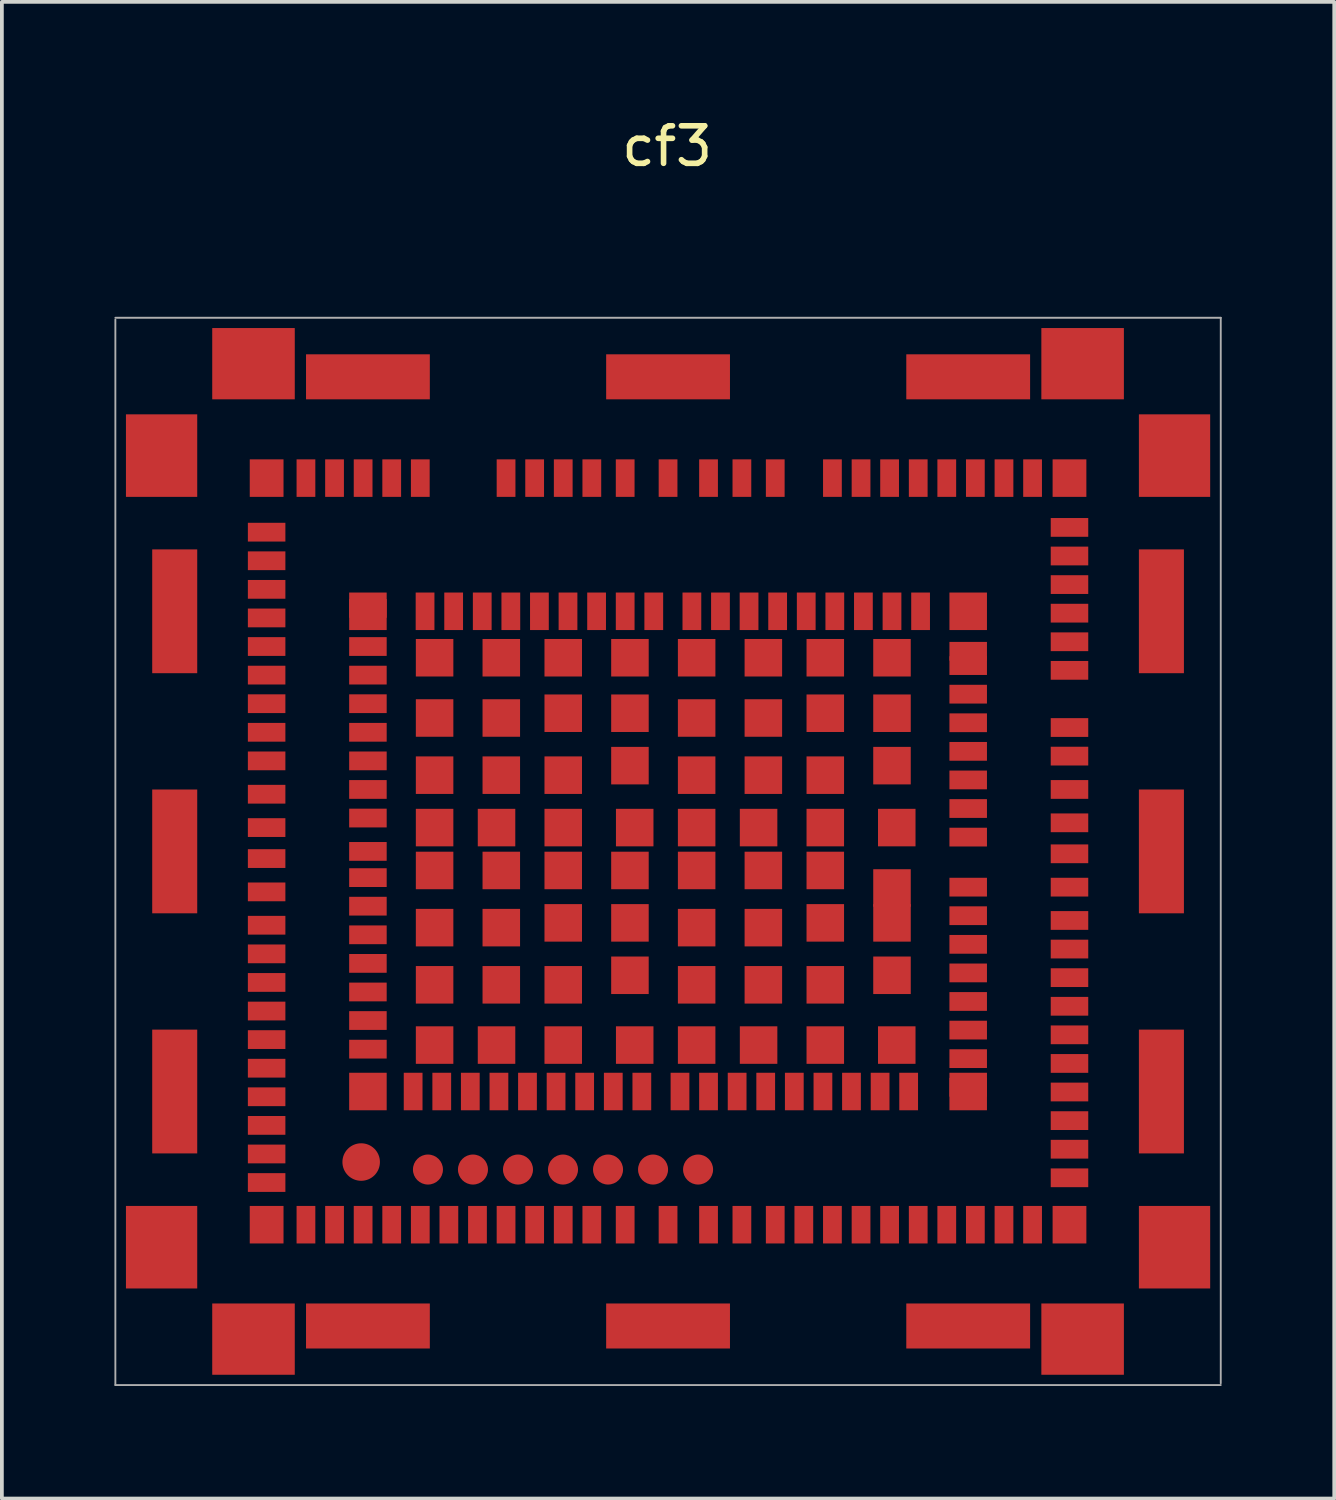
<source format=kicad_pcb>
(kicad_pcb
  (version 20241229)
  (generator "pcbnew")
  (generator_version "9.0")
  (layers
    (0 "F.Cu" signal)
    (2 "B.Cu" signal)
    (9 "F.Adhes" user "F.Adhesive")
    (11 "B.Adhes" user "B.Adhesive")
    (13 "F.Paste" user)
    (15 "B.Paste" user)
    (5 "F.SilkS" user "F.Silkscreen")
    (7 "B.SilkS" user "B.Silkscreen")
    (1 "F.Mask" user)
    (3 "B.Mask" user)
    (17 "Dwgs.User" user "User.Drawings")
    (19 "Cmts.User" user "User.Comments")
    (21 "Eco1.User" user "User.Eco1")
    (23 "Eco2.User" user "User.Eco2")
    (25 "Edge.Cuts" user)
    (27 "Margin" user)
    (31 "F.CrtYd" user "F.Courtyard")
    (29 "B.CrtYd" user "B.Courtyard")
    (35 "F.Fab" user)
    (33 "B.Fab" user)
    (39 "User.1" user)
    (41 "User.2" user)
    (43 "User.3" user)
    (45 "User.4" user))
  (footprint "cf3"
    (layer "F.Cu")
    (at 14.757 19.644)
    (property "Reference" "cf3" (at -0.025 -18.796 0) (layer "F.SilkS") (effects (font (size 1 1) (thickness 0.15))))
    (attr through_hole)
    (fp_line (start -14.732 -14.224) (end 14.732 -14.224) (stroke (width 0.05) (type solid)) (layer "F.Fab"))
    (fp_line (start -14.732 14.224) (end -14.732 -14.176) (stroke (width 0.05) (type solid)) (layer "F.Fab"))
    (fp_line (start 14.732 -14.224) (end 14.732 14.176) (stroke (width 0.05) (type solid)) (layer "F.Fab"))
    (fp_line (start 14.732 14.224) (end -14.732 14.224) (stroke (width 0.05) (type solid)) (layer "F.Fab"))
    (pad "" smd rect (at -13.5 -10.55) (size 1.9 2.2) (layers "F.Cu" "F.Mask" "F.Paste"))
    (pad "" smd rect (at -13.5 10.55) (size 1.9 2.2) (layers "F.Cu" "F.Mask" "F.Paste"))
    (pad "" smd rect (at -13.15 -6.4) (size 1.2 3.3) (layers "F.Cu" "F.Mask" "F.Paste"))
    (pad "" smd rect (at -13.15 0) (size 1.2 3.3) (layers "F.Cu" "F.Mask" "F.Paste"))
    (pad "" smd rect (at -13.15 6.4) (size 1.2 3.3) (layers "F.Cu" "F.Mask" "F.Paste"))
    (pad "" smd rect (at -11.05 -13) (size 2.2 1.9) (layers "F.Cu" "F.Mask" "F.Paste"))
    (pad "" smd rect (at -11.05 13) (size 2.2 1.9) (layers "F.Cu" "F.Mask" "F.Paste"))
    (pad "" smd rect (at -10.7 -9.95) (size 0.9 1) (layers "F.Cu" "F.Mask" "F.Paste"))
    (pad "" smd rect (at -10.7 -8.509 270) (size 0.5 1) (layers "F.Cu" "F.Mask" "F.Paste"))
    (pad "" smd rect (at -10.7 -7.747 270) (size 0.5 1) (layers "F.Cu" "F.Mask" "F.Paste"))
    (pad "" smd rect (at -10.7 -6.985 270) (size 0.5 1) (layers "F.Cu" "F.Mask" "F.Paste"))
    (pad "" smd rect (at -10.7 -6.223 270) (size 0.5 1) (layers "F.Cu" "F.Mask" "F.Paste"))
    (pad "" smd rect (at -10.7 -5.461 270) (size 0.5 1) (layers "F.Cu" "F.Mask" "F.Paste"))
    (pad "" smd rect (at -10.7 -4.699 270) (size 0.5 1) (layers "F.Cu" "F.Mask" "F.Paste"))
    (pad "" smd rect (at -10.7 -3.937 270) (size 0.5 1) (layers "F.Cu" "F.Mask" "F.Paste"))
    (pad "" smd rect (at -10.7 -3.175 270) (size 0.5 1) (layers "F.Cu" "F.Mask" "F.Paste"))
    (pad "" smd rect (at -10.7 -2.413 270) (size 0.5 1) (layers "F.Cu" "F.Mask" "F.Paste"))
    (pad "" smd rect (at -10.7 -1.524 270) (size 0.5 1) (layers "F.Cu" "F.Mask" "F.Paste"))
    (pad "" smd rect (at -10.7 -0.635 270) (size 0.5 1) (layers "F.Cu" "F.Mask" "F.Paste"))
    (pad "" smd rect (at -10.7 0.191 90) (size 0.5 1) (layers "F.Cu" "F.Mask" "F.Paste"))
    (pad "" smd rect (at -10.7 1.079 90) (size 0.5 1) (layers "F.Cu" "F.Mask" "F.Paste"))
    (pad "" smd rect (at -10.7 1.968 90) (size 0.5 1) (layers "F.Cu" "F.Mask" "F.Paste"))
    (pad "" smd rect (at -10.7 2.731 90) (size 0.5 1) (layers "F.Cu" "F.Mask" "F.Paste"))
    (pad "" smd rect (at -10.7 3.493 90) (size 0.5 1) (layers "F.Cu" "F.Mask" "F.Paste"))
    (pad "" smd rect (at -10.7 4.255 90) (size 0.5 1) (layers "F.Cu" "F.Mask" "F.Paste"))
    (pad "" smd rect (at -10.7 5.016 90) (size 0.5 1) (layers "F.Cu" "F.Mask" "F.Paste"))
    (pad "" smd rect (at -10.7 5.779 90) (size 0.5 1) (layers "F.Cu" "F.Mask" "F.Paste"))
    (pad "" smd rect (at -10.7 6.54 90) (size 0.5 1) (layers "F.Cu" "F.Mask" "F.Paste"))
    (pad "" smd rect (at -10.7 7.303 90) (size 0.5 1) (layers "F.Cu" "F.Mask" "F.Paste"))
    (pad "" smd rect (at -10.7 8.065 90) (size 0.5 1) (layers "F.Cu" "F.Mask" "F.Paste"))
    (pad "" smd rect (at -10.7 8.826 90) (size 0.5 1) (layers "F.Cu" "F.Mask" "F.Paste"))
    (pad "" smd rect (at -10.7 9.95) (size 0.9 1) (layers "F.Cu" "F.Mask" "F.Paste"))
    (pad "" smd rect (at -9.652 -9.95) (size 0.5 1) (layers "F.Cu" "F.Mask" "F.Paste"))
    (pad "" smd rect (at -9.652 9.95) (size 0.5 1) (layers "F.Cu" "F.Mask" "F.Paste"))
    (pad "" smd rect (at -8.89 -9.95) (size 0.5 1) (layers "F.Cu" "F.Mask" "F.Paste"))
    (pad "" smd rect (at -8.89 9.95) (size 0.5 1) (layers "F.Cu" "F.Mask" "F.Paste"))
    (pad "" smd circle (at -8.18 8.28 180) (size 1 1) (layers "F.Cu" "F.Mask" "F.Paste"))
    (pad "" smd rect (at -8.128 -9.95) (size 0.5 1) (layers "F.Cu" "F.Mask" "F.Paste"))
    (pad "" smd rect (at -8.128 9.95) (size 0.5 1) (layers "F.Cu" "F.Mask" "F.Paste"))
    (pad "" smd rect (at -8 -12.65 90) (size 1.2 3.3) (layers "F.Cu" "F.Mask" "F.Paste"))
    (pad "" smd rect (at -8 -6.477 270) (size 0.5 1) (layers "F.Cu" "F.Mask" "F.Paste"))
    (pad "" smd rect (at -8 -6.4) (size 1 1) (layers "F.Cu" "F.Mask" "F.Paste"))
    (pad "" smd rect (at -8 -5.461 90) (size 0.5 1) (layers "F.Cu" "F.Mask" "F.Paste"))
    (pad "" smd rect (at -8 -4.699 90) (size 0.5 1) (layers "F.Cu" "F.Mask" "F.Paste"))
    (pad "" smd rect (at -8 -3.937 90) (size 0.5 1) (layers "F.Cu" "F.Mask" "F.Paste"))
    (pad "" smd rect (at -8 -3.175 90) (size 0.5 1) (layers "F.Cu" "F.Mask" "F.Paste"))
    (pad "" smd rect (at -8 -2.413 90) (size 0.5 1) (layers "F.Cu" "F.Mask" "F.Paste"))
    (pad "" smd rect (at -8 -1.651 90) (size 0.5 1) (layers "F.Cu" "F.Mask" "F.Paste"))
    (pad "" smd rect (at -8 -0.889 90) (size 0.5 1) (layers "F.Cu" "F.Mask" "F.Paste"))
    (pad "" smd rect (at -8 0 90) (size 0.5 1) (layers "F.Cu" "F.Mask" "F.Paste"))
    (pad "" smd rect (at -8 0.699 90) (size 0.5 1) (layers "F.Cu" "F.Mask" "F.Paste"))
    (pad "" smd rect (at -8 1.46 90) (size 0.5 1) (layers "F.Cu" "F.Mask" "F.Paste"))
    (pad "" smd rect (at -8 2.223 90) (size 0.5 1) (layers "F.Cu" "F.Mask" "F.Paste"))
    (pad "" smd rect (at -8 2.985 90) (size 0.5 1) (layers "F.Cu" "F.Mask" "F.Paste"))
    (pad "" smd rect (at -8 3.747 90) (size 0.5 1) (layers "F.Cu" "F.Mask" "F.Paste"))
    (pad "" smd rect (at -8 4.508 90) (size 0.5 1) (layers "F.Cu" "F.Mask" "F.Paste"))
    (pad "" smd rect (at -8 5.271 90) (size 0.5 1) (layers "F.Cu" "F.Mask" "F.Paste"))
    (pad "" smd rect (at -8 6.4 90) (size 1 1) (layers "F.Cu" "F.Mask" "F.Paste"))
    (pad "" smd rect (at -8 12.65 90) (size 1.2 3.3) (layers "F.Cu" "F.Mask" "F.Paste"))
    (pad "" smd rect (at -7.366 -9.95) (size 0.5 1) (layers "F.Cu" "F.Mask" "F.Paste"))
    (pad "" smd rect (at -7.366 9.95) (size 0.5 1) (layers "F.Cu" "F.Mask" "F.Paste"))
    (pad "" smd rect (at -6.795 6.4 180) (size 0.5 1) (layers "F.Cu" "F.Mask" "F.Paste"))
    (pad "" smd rect (at -6.604 -9.95) (size 0.5 1) (layers "F.Cu" "F.Mask" "F.Paste"))
    (pad "" smd rect (at -6.604 9.95) (size 0.5 1) (layers "F.Cu" "F.Mask" "F.Paste"))
    (pad "" smd rect (at -6.477 -6.4) (size 0.5 1) (layers "F.Cu" "F.Mask" "F.Paste"))
    (pad "" smd circle (at -6.4 8.48 180) (size 0.8 0.8) (layers "F.Cu" "F.Mask" "F.Paste"))
    (pad "" smd rect (at -6.223 -5.162) (size 1 1) (layers "F.Cu" "F.Mask" "F.Paste"))
    (pad "" smd rect (at -6.223 -3.556) (size 1 1) (layers "F.Cu" "F.Mask" "F.Paste"))
    (pad "" smd rect (at -6.223 -2.032) (size 1 1) (layers "F.Cu" "F.Mask" "F.Paste"))
    (pad "" smd rect (at -6.223 -0.635) (size 1 1) (layers "F.Cu" "F.Mask" "F.Paste"))
    (pad "" smd rect (at -6.223 0.508) (size 1 1) (layers "F.Cu" "F.Mask" "F.Paste"))
    (pad "" smd rect (at -6.223 2.032) (size 1 1) (layers "F.Cu" "F.Mask" "F.Paste"))
    (pad "" smd rect (at -6.223 3.556) (size 1 1) (layers "F.Cu" "F.Mask" "F.Paste"))
    (pad "" smd rect (at -6.223 5.162) (size 1 1) (layers "F.Cu" "F.Mask" "F.Paste"))
    (pad "" smd rect (at -6.032 6.4 180) (size 0.5 1) (layers "F.Cu" "F.Mask" "F.Paste"))
    (pad "" smd rect (at -5.842 9.95) (size 0.5 1) (layers "F.Cu" "F.Mask" "F.Paste"))
    (pad "" smd rect (at -5.715 -6.4) (size 0.5 1) (layers "F.Cu" "F.Mask" "F.Paste"))
    (pad "" smd rect (at -5.271 6.4 180) (size 0.5 1) (layers "F.Cu" "F.Mask" "F.Paste"))
    (pad "" smd circle (at -5.2 8.48 180) (size 0.8 0.8) (layers "F.Cu" "F.Mask" "F.Paste"))
    (pad "" smd rect (at -5.08 9.95) (size 0.5 1) (layers "F.Cu" "F.Mask" "F.Paste"))
    (pad "" smd rect (at -4.953 -6.4) (size 0.5 1) (layers "F.Cu" "F.Mask" "F.Paste"))
    (pad "" smd rect (at -4.572 -0.635) (size 1 1) (layers "F.Cu" "F.Mask" "F.Paste"))
    (pad "" smd rect (at -4.572 5.162) (size 1 1) (layers "F.Cu" "F.Mask" "F.Paste"))
    (pad "" smd rect (at -4.508 6.4 180) (size 0.5 1) (layers "F.Cu" "F.Mask" "F.Paste"))
    (pad "" smd rect (at -4.445 -5.162) (size 1 1) (layers "F.Cu" "F.Mask" "F.Paste"))
    (pad "" smd rect (at -4.445 -3.556) (size 1 1) (layers "F.Cu" "F.Mask" "F.Paste"))
    (pad "" smd rect (at -4.445 -2.032) (size 1 1) (layers "F.Cu" "F.Mask" "F.Paste"))
    (pad "" smd rect (at -4.445 0.508) (size 1 1) (layers "F.Cu" "F.Mask" "F.Paste"))
    (pad "" smd rect (at -4.445 2.032) (size 1 1) (layers "F.Cu" "F.Mask" "F.Paste"))
    (pad "" smd rect (at -4.445 3.556) (size 1 1) (layers "F.Cu" "F.Mask" "F.Paste"))
    (pad "" smd rect (at -4.318 -9.95) (size 0.5 1) (layers "F.Cu" "F.Mask" "F.Paste"))
    (pad "" smd rect (at -4.318 9.95) (size 0.5 1) (layers "F.Cu" "F.Mask" "F.Paste"))
    (pad "" smd rect (at -4.191 -6.4) (size 0.5 1) (layers "F.Cu" "F.Mask" "F.Paste"))
    (pad "" smd circle (at -4 8.48 180) (size 0.8 0.8) (layers "F.Cu" "F.Mask" "F.Paste"))
    (pad "" smd rect (at -3.747 6.4 180) (size 0.5 1) (layers "F.Cu" "F.Mask" "F.Paste"))
    (pad "" smd rect (at -3.556 -9.95) (size 0.5 1) (layers "F.Cu" "F.Mask" "F.Paste"))
    (pad "" smd rect (at -3.556 9.95) (size 0.5 1) (layers "F.Cu" "F.Mask" "F.Paste"))
    (pad "" smd rect (at -3.429 -6.4) (size 0.5 1) (layers "F.Cu" "F.Mask" "F.Paste"))
    (pad "" smd rect (at -2.985 6.4 180) (size 0.5 1) (layers "F.Cu" "F.Mask" "F.Paste"))
    (pad "" smd circle (at -2.8 8.48 180) (size 0.8 0.8) (layers "F.Cu" "F.Mask" "F.Paste"))
    (pad "" smd rect (at -2.794 -9.95) (size 0.5 1) (layers "F.Cu" "F.Mask" "F.Paste"))
    (pad "" smd rect (at -2.794 -5.162) (size 1 1) (layers "F.Cu" "F.Mask" "F.Paste"))
    (pad "" smd rect (at -2.794 -3.683) (size 1 1) (layers "F.Cu" "F.Mask" "F.Paste"))
    (pad "" smd rect (at -2.794 -2.032) (size 1 1) (layers "F.Cu" "F.Mask" "F.Paste"))
    (pad "" smd rect (at -2.794 -0.635) (size 1 1) (layers "F.Cu" "F.Mask" "F.Paste"))
    (pad "" smd rect (at -2.794 0.508) (size 1 1) (layers "F.Cu" "F.Mask" "F.Paste"))
    (pad "" smd rect (at -2.794 1.905) (size 1 1) (layers "F.Cu" "F.Mask" "F.Paste"))
    (pad "" smd rect (at -2.794 3.556) (size 1 1) (layers "F.Cu" "F.Mask" "F.Paste"))
    (pad "" smd rect (at -2.794 5.162) (size 1 1) (layers "F.Cu" "F.Mask" "F.Paste"))
    (pad "" smd rect (at -2.794 9.95) (size 0.5 1) (layers "F.Cu" "F.Mask" "F.Paste"))
    (pad "" smd rect (at -2.667 -6.4) (size 0.5 1) (layers "F.Cu" "F.Mask" "F.Paste"))
    (pad "" smd rect (at -2.223 6.4 180) (size 0.5 1) (layers "F.Cu" "F.Mask" "F.Paste"))
    (pad "" smd rect (at -2.032 -9.95) (size 0.5 1) (layers "F.Cu" "F.Mask" "F.Paste"))
    (pad "" smd rect (at -2.032 9.95) (size 0.5 1) (layers "F.Cu" "F.Mask" "F.Paste"))
    (pad "" smd rect (at -1.905 -6.4) (size 0.5 1) (layers "F.Cu" "F.Mask" "F.Paste"))
    (pad "" smd circle (at -1.6 8.48 180) (size 0.8 0.8) (layers "F.Cu" "F.Mask" "F.Paste"))
    (pad "" smd rect (at -1.46 6.4 180) (size 0.5 1) (layers "F.Cu" "F.Mask" "F.Paste"))
    (pad "" smd rect (at -1.143 -9.95) (size 0.5 1) (layers "F.Cu" "F.Mask" "F.Paste"))
    (pad "" smd rect (at -1.143 -6.4) (size 0.5 1) (layers "F.Cu" "F.Mask" "F.Paste"))
    (pad "" smd rect (at -1.143 9.95) (size 0.5 1) (layers "F.Cu" "F.Mask" "F.Paste"))
    (pad "" smd rect (at -1.016 -5.162) (size 1 1) (layers "F.Cu" "F.Mask" "F.Paste"))
    (pad "" smd rect (at -1.016 -3.683) (size 1 1) (layers "F.Cu" "F.Mask" "F.Paste"))
    (pad "" smd rect (at -1.016 -2.286) (size 1 1) (layers "F.Cu" "F.Mask" "F.Paste"))
    (pad "" smd rect (at -1.016 0.508) (size 1 1) (layers "F.Cu" "F.Mask" "F.Paste"))
    (pad "" smd rect (at -1.016 1.905) (size 1 1) (layers "F.Cu" "F.Mask" "F.Paste"))
    (pad "" smd rect (at -1.016 3.302) (size 1 1) (layers "F.Cu" "F.Mask" "F.Paste"))
    (pad "" smd rect (at -0.889 -0.635) (size 1 1) (layers "F.Cu" "F.Mask" "F.Paste"))
    (pad "" smd rect (at -0.889 5.162) (size 1 1) (layers "F.Cu" "F.Mask" "F.Paste"))
    (pad "" smd rect (at -0.699 6.4 180) (size 0.5 1) (layers "F.Cu" "F.Mask" "F.Paste"))
    (pad "" smd circle (at -0.4 8.48 180) (size 0.8 0.8) (layers "F.Cu" "F.Mask" "F.Paste"))
    (pad "" smd rect (at -0.381 -6.4) (size 0.5 1) (layers "F.Cu" "F.Mask" "F.Paste"))
    (pad "" smd rect (at 0 -12.65 90) (size 1.2 3.3) (layers "F.Cu" "F.Mask" "F.Paste"))
    (pad "" smd rect (at 0 -9.95) (size 0.5 1) (layers "F.Cu" "F.Mask" "F.Paste"))
    (pad "" smd rect (at 0 9.95) (size 0.5 1) (layers "F.Cu" "F.Mask" "F.Paste"))
    (pad "" smd rect (at 0 12.65 90) (size 1.2 3.3) (layers "F.Cu" "F.Mask" "F.Paste"))
    (pad "" smd rect (at 0.318 6.4 180) (size 0.5 1) (layers "F.Cu" "F.Mask" "F.Paste"))
    (pad "" smd rect (at 0.635 -6.4) (size 0.5 1) (layers "F.Cu" "F.Mask" "F.Paste"))
    (pad "" smd rect (at 0.762 -5.162) (size 1 1) (layers "F.Cu" "F.Mask" "F.Paste"))
    (pad "" smd rect (at 0.762 -3.556) (size 1 1) (layers "F.Cu" "F.Mask" "F.Paste"))
    (pad "" smd rect (at 0.762 -2.032) (size 1 1) (layers "F.Cu" "F.Mask" "F.Paste"))
    (pad "" smd rect (at 0.762 -0.635) (size 1 1) (layers "F.Cu" "F.Mask" "F.Paste"))
    (pad "" smd rect (at 0.762 0.508) (size 1 1) (layers "F.Cu" "F.Mask" "F.Paste"))
    (pad "" smd rect (at 0.762 2.032) (size 1 1) (layers "F.Cu" "F.Mask" "F.Paste"))
    (pad "" smd rect (at 0.762 3.556) (size 1 1) (layers "F.Cu" "F.Mask" "F.Paste"))
    (pad "" smd rect (at 0.762 5.162) (size 1 1) (layers "F.Cu" "F.Mask" "F.Paste"))
    (pad "" smd circle (at 0.8 8.48 180) (size 0.8 0.8) (layers "F.Cu" "F.Mask" "F.Paste"))
    (pad "" smd rect (at 1.079 -9.95 180) (size 0.5 1) (layers "F.Cu" "F.Mask" "F.Paste"))
    (pad "" smd rect (at 1.079 6.4 180) (size 0.5 1) (layers "F.Cu" "F.Mask" "F.Paste"))
    (pad "" smd rect (at 1.079 9.95 180) (size 0.5 1) (layers "F.Cu" "F.Mask" "F.Paste"))
    (pad "" smd rect (at 1.397 -6.4) (size 0.5 1) (layers "F.Cu" "F.Mask" "F.Paste"))
    (pad "" smd rect (at 1.841 6.4 180) (size 0.5 1) (layers "F.Cu" "F.Mask" "F.Paste"))
    (pad "" smd rect (at 1.968 -9.95 180) (size 0.5 1) (layers "F.Cu" "F.Mask" "F.Paste"))
    (pad "" smd rect (at 1.968 9.95 180) (size 0.5 1) (layers "F.Cu" "F.Mask" "F.Paste"))
    (pad "" smd rect (at 2.159 -6.4) (size 0.5 1) (layers "F.Cu" "F.Mask" "F.Paste"))
    (pad "" smd rect (at 2.413 -0.635) (size 1 1) (layers "F.Cu" "F.Mask" "F.Paste"))
    (pad "" smd rect (at 2.413 5.162) (size 1 1) (layers "F.Cu" "F.Mask" "F.Paste"))
    (pad "" smd rect (at 2.54 -5.162) (size 1 1) (layers "F.Cu" "F.Mask" "F.Paste"))
    (pad "" smd rect (at 2.54 -3.556) (size 1 1) (layers "F.Cu" "F.Mask" "F.Paste"))
    (pad "" smd rect (at 2.54 -2.032) (size 1 1) (layers "F.Cu" "F.Mask" "F.Paste"))
    (pad "" smd rect (at 2.54 0.508) (size 1 1) (layers "F.Cu" "F.Mask" "F.Paste"))
    (pad "" smd rect (at 2.54 2.032) (size 1 1) (layers "F.Cu" "F.Mask" "F.Paste"))
    (pad "" smd rect (at 2.54 3.556) (size 1 1) (layers "F.Cu" "F.Mask" "F.Paste"))
    (pad "" smd rect (at 2.603 6.4 180) (size 0.5 1) (layers "F.Cu" "F.Mask" "F.Paste"))
    (pad "" smd rect (at 2.857 -9.95 180) (size 0.5 1) (layers "F.Cu" "F.Mask" "F.Paste"))
    (pad "" smd rect (at 2.857 9.95 180) (size 0.5 1) (layers "F.Cu" "F.Mask" "F.Paste"))
    (pad "" smd rect (at 2.921 -6.4) (size 0.5 1) (layers "F.Cu" "F.Mask" "F.Paste"))
    (pad "" smd rect (at 3.365 6.4 180) (size 0.5 1) (layers "F.Cu" "F.Mask" "F.Paste"))
    (pad "" smd rect (at 3.619 9.95 180) (size 0.5 1) (layers "F.Cu" "F.Mask" "F.Paste"))
    (pad "" smd rect (at 3.683 -6.4) (size 0.5 1) (layers "F.Cu" "F.Mask" "F.Paste"))
    (pad "" smd rect (at 4.128 6.4 180) (size 0.5 1) (layers "F.Cu" "F.Mask" "F.Paste"))
    (pad "" smd rect (at 4.191 -5.162) (size 1 1) (layers "F.Cu" "F.Mask" "F.Paste"))
    (pad "" smd rect (at 4.191 -3.683) (size 1 1) (layers "F.Cu" "F.Mask" "F.Paste"))
    (pad "" smd rect (at 4.191 -2.032) (size 1 1) (layers "F.Cu" "F.Mask" "F.Paste"))
    (pad "" smd rect (at 4.191 -0.635) (size 1 1) (layers "F.Cu" "F.Mask" "F.Paste"))
    (pad "" smd rect (at 4.191 0.508) (size 1 1) (layers "F.Cu" "F.Mask" "F.Paste"))
    (pad "" smd rect (at 4.191 1.905) (size 1 1) (layers "F.Cu" "F.Mask" "F.Paste"))
    (pad "" smd rect (at 4.191 3.556) (size 1 1) (layers "F.Cu" "F.Mask" "F.Paste"))
    (pad "" smd rect (at 4.191 5.162) (size 1 1) (layers "F.Cu" "F.Mask" "F.Paste"))
    (pad "" smd rect (at 4.381 -9.95 180) (size 0.5 1) (layers "F.Cu" "F.Mask" "F.Paste"))
    (pad "" smd rect (at 4.381 9.95 180) (size 0.5 1) (layers "F.Cu" "F.Mask" "F.Paste"))
    (pad "" smd rect (at 4.445 -6.4) (size 0.5 1) (layers "F.Cu" "F.Mask" "F.Paste"))
    (pad "" smd rect (at 4.889 6.4 180) (size 0.5 1) (layers "F.Cu" "F.Mask" "F.Paste"))
    (pad "" smd rect (at 5.144 -9.95 180) (size 0.5 1) (layers "F.Cu" "F.Mask" "F.Paste"))
    (pad "" smd rect (at 5.144 9.95 180) (size 0.5 1) (layers "F.Cu" "F.Mask" "F.Paste"))
    (pad "" smd rect (at 5.207 -6.4) (size 0.5 1) (layers "F.Cu" "F.Mask" "F.Paste"))
    (pad "" smd rect (at 5.652 6.4 180) (size 0.5 1) (layers "F.Cu" "F.Mask" "F.Paste"))
    (pad "" smd rect (at 5.905 -9.95 180) (size 0.5 1) (layers "F.Cu" "F.Mask" "F.Paste"))
    (pad "" smd rect (at 5.905 9.95 180) (size 0.5 1) (layers "F.Cu" "F.Mask" "F.Paste"))
    (pad "" smd rect (at 5.969 -6.4) (size 0.5 1) (layers "F.Cu" "F.Mask" "F.Paste"))
    (pad "" smd rect (at 5.969 -5.162) (size 1 1) (layers "F.Cu" "F.Mask" "F.Paste"))
    (pad "" smd rect (at 5.969 -3.683) (size 1 1) (layers "F.Cu" "F.Mask" "F.Paste"))
    (pad "" smd rect (at 5.969 -2.286) (size 1 1) (layers "F.Cu" "F.Mask" "F.Paste"))
    (pad "" smd rect (at 5.969 0.975) (size 1 1) (layers "F.Cu" "F.Mask" "F.Paste"))
    (pad "" smd rect (at 5.969 1.905) (size 1 1) (layers "F.Cu" "F.Mask" "F.Paste"))
    (pad "" smd rect (at 5.969 3.302) (size 1 1) (layers "F.Cu" "F.Mask" "F.Paste"))
    (pad "" smd rect (at 6.096 -0.635) (size 1 1) (layers "F.Cu" "F.Mask" "F.Paste"))
    (pad "" smd rect (at 6.096 5.162) (size 1 1) (layers "F.Cu" "F.Mask" "F.Paste"))
    (pad "" smd rect (at 6.413 6.4 180) (size 0.5 1) (layers "F.Cu" "F.Mask" "F.Paste"))
    (pad "" smd rect (at 6.668 -9.95 180) (size 0.5 1) (layers "F.Cu" "F.Mask" "F.Paste"))
    (pad "" smd rect (at 6.668 9.95 180) (size 0.5 1) (layers "F.Cu" "F.Mask" "F.Paste"))
    (pad "" smd rect (at 6.731 -6.4) (size 0.5 1) (layers "F.Cu" "F.Mask" "F.Paste"))
    (pad "" smd rect (at 7.429 -9.95 180) (size 0.5 1) (layers "F.Cu" "F.Mask" "F.Paste"))
    (pad "" smd rect (at 7.429 9.95 180) (size 0.5 1) (layers "F.Cu" "F.Mask" "F.Paste"))
    (pad "" smd rect (at 8 -12.65 90) (size 1.2 3.3) (layers "F.Cu" "F.Mask" "F.Paste"))
    (pad "" smd rect (at 8 -6.4 270) (size 1 1) (layers "F.Cu" "F.Mask" "F.Paste"))
    (pad "" smd rect (at 8 -5.334 270) (size 0.5 1) (layers "F.Cu" "F.Mask" "F.Paste"))
    (pad "" smd rect (at 8 -4.953 270) (size 0.5 1) (layers "F.Cu" "F.Mask" "F.Paste"))
    (pad "" smd rect (at 8 -4.191 270) (size 0.5 1) (layers "F.Cu" "F.Mask" "F.Paste"))
    (pad "" smd rect (at 8 -3.429 270) (size 0.5 1) (layers "F.Cu" "F.Mask" "F.Paste"))
    (pad "" smd rect (at 8 -2.667 270) (size 0.5 1) (layers "F.Cu" "F.Mask" "F.Paste"))
    (pad "" smd rect (at 8 -1.905 270) (size 0.5 1) (layers "F.Cu" "F.Mask" "F.Paste"))
    (pad "" smd rect (at 8 -1.143 270) (size 0.5 1) (layers "F.Cu" "F.Mask" "F.Paste"))
    (pad "" smd rect (at 8 -0.381 270) (size 0.5 1) (layers "F.Cu" "F.Mask" "F.Paste"))
    (pad "" smd rect (at 8 0.953 270) (size 0.5 1) (layers "F.Cu" "F.Mask" "F.Paste"))
    (pad "" smd rect (at 8 1.714 270) (size 0.5 1) (layers "F.Cu" "F.Mask" "F.Paste"))
    (pad "" smd rect (at 8 2.477 270) (size 0.5 1) (layers "F.Cu" "F.Mask" "F.Paste"))
    (pad "" smd rect (at 8 3.239 270) (size 0.5 1) (layers "F.Cu" "F.Mask" "F.Paste"))
    (pad "" smd rect (at 8 4 270) (size 0.5 1) (layers "F.Cu" "F.Mask" "F.Paste"))
    (pad "" smd rect (at 8 4.763 270) (size 0.5 1) (layers "F.Cu" "F.Mask" "F.Paste"))
    (pad "" smd rect (at 8 5.524 270) (size 0.5 1) (layers "F.Cu" "F.Mask" "F.Paste"))
    (pad "" smd rect (at 8 6.287 270) (size 0.5 1) (layers "F.Cu" "F.Mask" "F.Paste"))
    (pad "" smd rect (at 8 6.4 180) (size 1 1) (layers "F.Cu" "F.Mask" "F.Paste"))
    (pad "" smd rect (at 8 12.65 90) (size 1.2 3.3) (layers "F.Cu" "F.Mask" "F.Paste"))
    (pad "" smd rect (at 8.191 -9.95 180) (size 0.5 1) (layers "F.Cu" "F.Mask" "F.Paste"))
    (pad "" smd rect (at 8.191 9.95 180) (size 0.5 1) (layers "F.Cu" "F.Mask" "F.Paste"))
    (pad "" smd rect (at 8.954 -9.95 180) (size 0.5 1) (layers "F.Cu" "F.Mask" "F.Paste"))
    (pad "" smd rect (at 8.954 9.95 180) (size 0.5 1) (layers "F.Cu" "F.Mask" "F.Paste"))
    (pad "" smd rect (at 9.716 -9.95 180) (size 0.5 1) (layers "F.Cu" "F.Mask" "F.Paste"))
    (pad "" smd rect (at 9.716 9.95 180) (size 0.5 1) (layers "F.Cu" "F.Mask" "F.Paste"))
    (pad "" smd rect (at 10.7 -9.95 180) (size 0.9 1) (layers "F.Cu" "F.Mask" "F.Paste"))
    (pad "" smd rect (at 10.7 -8.636 270) (size 0.5 1) (layers "F.Cu" "F.Mask" "F.Paste"))
    (pad "" smd rect (at 10.7 -7.874 270) (size 0.5 1) (layers "F.Cu" "F.Mask" "F.Paste"))
    (pad "" smd rect (at 10.7 -7.112 270) (size 0.5 1) (layers "F.Cu" "F.Mask" "F.Paste"))
    (pad "" smd rect (at 10.7 -6.35 270) (size 0.5 1) (layers "F.Cu" "F.Mask" "F.Paste"))
    (pad "" smd rect (at 10.7 -5.588 270) (size 0.5 1) (layers "F.Cu" "F.Mask" "F.Paste"))
    (pad "" smd rect (at 10.7 -4.826 270) (size 0.5 1) (layers "F.Cu" "F.Mask" "F.Paste"))
    (pad "" smd rect (at 10.7 -3.302 270) (size 0.5 1) (layers "F.Cu" "F.Mask" "F.Paste"))
    (pad "" smd rect (at 10.7 -2.54 270) (size 0.5 1) (layers "F.Cu" "F.Mask" "F.Paste"))
    (pad "" smd rect (at 10.7 -1.651 270) (size 0.5 1) (layers "F.Cu" "F.Mask" "F.Paste"))
    (pad "" smd rect (at 10.7 -0.762 270) (size 0.5 1) (layers "F.Cu" "F.Mask" "F.Paste"))
    (pad "" smd rect (at 10.7 0.064 90) (size 0.5 1) (layers "F.Cu" "F.Mask" "F.Paste"))
    (pad "" smd rect (at 10.7 0.953 90) (size 0.5 1) (layers "F.Cu" "F.Mask" "F.Paste"))
    (pad "" smd rect (at 10.7 1.841 90) (size 0.5 1) (layers "F.Cu" "F.Mask" "F.Paste"))
    (pad "" smd rect (at 10.7 2.603 90) (size 0.5 1) (layers "F.Cu" "F.Mask" "F.Paste"))
    (pad "" smd rect (at 10.7 3.365 90) (size 0.5 1) (layers "F.Cu" "F.Mask" "F.Paste"))
    (pad "" smd rect (at 10.7 4.128 90) (size 0.5 1) (layers "F.Cu" "F.Mask" "F.Paste"))
    (pad "" smd rect (at 10.7 4.889 90) (size 0.5 1) (layers "F.Cu" "F.Mask" "F.Paste"))
    (pad "" smd rect (at 10.7 5.652 90) (size 0.5 1) (layers "F.Cu" "F.Mask" "F.Paste"))
    (pad "" smd rect (at 10.7 6.413 90) (size 0.5 1) (layers "F.Cu" "F.Mask" "F.Paste"))
    (pad "" smd rect (at 10.7 7.176 90) (size 0.5 1) (layers "F.Cu" "F.Mask" "F.Paste"))
    (pad "" smd rect (at 10.7 7.938 90) (size 0.5 1) (layers "F.Cu" "F.Mask" "F.Paste"))
    (pad "" smd rect (at 10.7 8.7 90) (size 0.5 1) (layers "F.Cu" "F.Mask" "F.Paste"))
    (pad "" smd rect (at 10.7 9.95 180) (size 0.9 1) (layers "F.Cu" "F.Mask" "F.Paste"))
    (pad "" smd rect (at 11.05 -13) (size 2.2 1.9) (layers "F.Cu" "F.Mask" "F.Paste"))
    (pad "" smd rect (at 11.05 13) (size 2.2 1.9) (layers "F.Cu" "F.Mask" "F.Paste"))
    (pad "" smd rect (at 13.15 -6.4) (size 1.2 3.3) (layers "F.Cu" "F.Mask" "F.Paste"))
    (pad "" smd rect (at 13.15 0) (size 1.2 3.3) (layers "F.Cu" "F.Mask" "F.Paste"))
    (pad "" smd rect (at 13.15 6.4) (size 1.2 3.3) (layers "F.Cu" "F.Mask" "F.Paste"))
    (pad "" smd rect (at 13.5 -10.55) (size 1.9 2.2) (layers "F.Cu" "F.Mask" "F.Paste"))
    (pad "" smd rect (at 13.5 10.55) (size 1.9 2.2) (layers "F.Cu" "F.Mask" "F.Paste")))
  (gr_rect
    (start -3 -3)
    (end 32.514 36.893)
    (stroke (width 0.1) (type default))
    (fill no)
    (layer "Edge.Cuts")))
</source>
